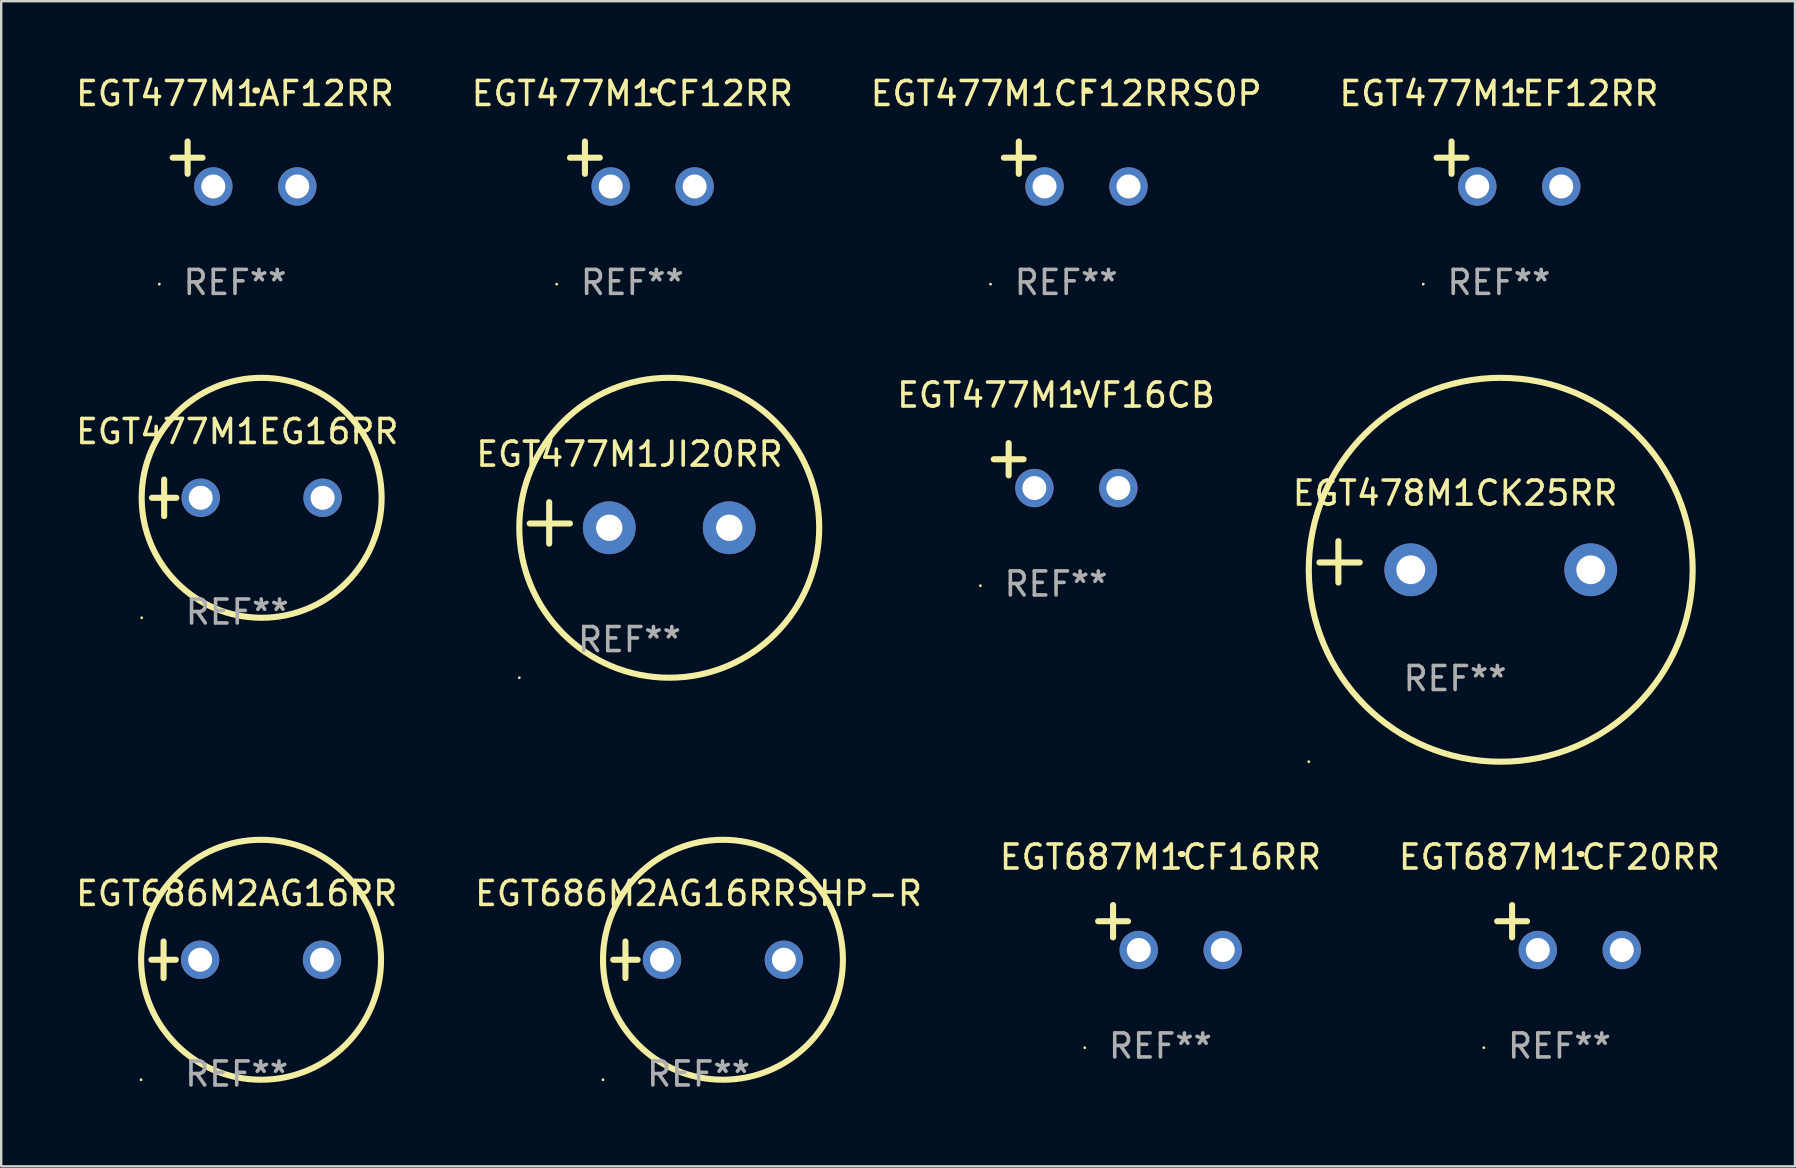
<source format=kicad_pcb>
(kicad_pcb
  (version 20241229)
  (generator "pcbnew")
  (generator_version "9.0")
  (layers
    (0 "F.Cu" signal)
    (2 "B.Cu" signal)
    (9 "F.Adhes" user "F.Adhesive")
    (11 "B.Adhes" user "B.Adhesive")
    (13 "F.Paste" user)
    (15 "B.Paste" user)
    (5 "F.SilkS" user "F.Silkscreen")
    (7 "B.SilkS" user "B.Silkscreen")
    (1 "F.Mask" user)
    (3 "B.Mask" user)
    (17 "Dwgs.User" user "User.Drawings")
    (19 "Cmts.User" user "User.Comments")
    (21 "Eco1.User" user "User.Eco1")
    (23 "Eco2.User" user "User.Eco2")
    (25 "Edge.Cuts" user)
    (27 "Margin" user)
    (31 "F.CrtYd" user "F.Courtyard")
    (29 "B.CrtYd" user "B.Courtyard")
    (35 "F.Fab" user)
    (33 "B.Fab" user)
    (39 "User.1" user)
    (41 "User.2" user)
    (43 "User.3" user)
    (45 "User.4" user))
  (footprint "EGT686M2AG16RR"
    (layer "F.Cu")
    (at 6.815 36.951)
    (property "Reference" "EGT686M2AG16RR" (at 0 -2.762 0) (layer "F.SilkS") (effects (font (size 1 1) (thickness 0.15))))
    (attr through_hole)
    (fp_line (start -3.556 0) (end -2.54 0) (stroke (width 0.254) (type solid)) (layer "F.SilkS"))
    (fp_line (start -3.048 -0.762) (end -3.048 0.762) (stroke (width 0.254) (type solid)) (layer "F.SilkS"))
    (fp_circle (center -3.984 5) (end -3.954 5) (stroke (width 0.06) (type solid)) (fill no) (layer "F.SilkS"))
    (fp_circle (center 1.016 0) (end 6.016 0) (stroke (width 0.254) (type solid)) (fill no) (layer "F.SilkS"))
    (fp_text user "REF**" (at 0 4.762 0) (layer "F.Fab") (effects (font (size 1 1) (thickness 0.15))))
    (pad "1" thru_hole circle (at -1.524 0) (size 1.6 1.6) (drill 1) (layers "*.Cu" "*.Mask"))
    (pad "2" thru_hole circle (at 3.556 0) (size 1.6 1.6) (drill 1) (layers "*.Cu" "*.Mask")))
  (footprint "EGT477M1CF12RR"
    (layer "F.Cu")
    (at 23.304 3.785)
    (property "Reference" "EGT477M1CF12RR" (at 0 -2.937 0) (layer "F.SilkS") (effects (font (size 1 1) (thickness 0.15))))
    (attr through_hole)
    (fp_line (start -1.975 0.41) (end -1.975 -0.937) (stroke (width 0.254) (type solid)) (layer "F.SilkS"))
    (fp_line (start -1.353 -0.263) (end -2.597 -0.263) (stroke (width 0.254) (type solid)) (layer "F.SilkS"))
    (fp_arc (start 0.849809 -3.063957) (mid 0.885369 -3.064114) (end 0.920929 -3.063957) (stroke (width 0.254001) (type solid)) (layer "F.SilkS"))
    (fp_circle (center -3.154 5.008) (end -3.124 5.008) (stroke (width 0.06) (type solid)) (fill no) (layer "F.SilkS"))
    (fp_text user "REF**" (at 0 4.937 0) (layer "F.Fab") (effects (font (size 1 1) (thickness 0.15))))
    (pad "1" thru_hole circle (at -0.903 0.937) (size 1.6 1.6) (drill 1) (layers "*.Cu" "*.Mask"))
    (pad "2" thru_hole circle (at 2.597 0.937) (size 1.6 1.6) (drill 1) (layers "*.Cu" "*.Mask")))
  (footprint "EGT477M1JI20RR"
    (layer "F.Cu")
    (at 23.185 18.743)
    (property "Reference" "EGT477M1JI20RR" (at 0 -2.864 0) (layer "F.SilkS") (effects (font (size 1 1) (thickness 0.15))))
    (attr through_hole)
    (fp_line (start -3.346 0.864) (end -3.346 -0.864) (stroke (width 0.254) (type solid)) (layer "F.SilkS"))
    (fp_line (start -2.482 0.025) (end -4.158 0.025) (stroke (width 0.254) (type solid)) (layer "F.SilkS"))
    (fp_circle (center -4.592 6.453) (end -4.562 6.453) (stroke (width 0.06) (type solid)) (fill no) (layer "F.SilkS"))
    (fp_circle (center 1.658 0.203) (end 7.908 0.203) (stroke (width 0.254) (type solid)) (fill no) (layer "F.SilkS"))
    (fp_text user "REF**" (at 0 4.864 0) (layer "F.Fab") (effects (font (size 1 1) (thickness 0.15))))
    (pad "1" thru_hole circle (at -0.842 0.203) (size 2.2 2.2) (drill 1.1) (layers "*.Cu" "*.Mask"))
    (pad "2" thru_hole circle (at 4.158 0.203) (size 2.2 2.2) (drill 1.1) (layers "*.Cu" "*.Mask")))
  (footprint "EGT477M1EF12RR"
    (layer "F.Cu")
    (at 59.423 3.785)
    (property "Reference" "EGT477M1EF12RR" (at 0 -2.937 0) (layer "F.SilkS") (effects (font (size 1 1) (thickness 0.15))))
    (attr through_hole)
    (fp_line (start -1.975 0.41) (end -1.975 -0.937) (stroke (width 0.254) (type solid)) (layer "F.SilkS"))
    (fp_line (start -1.353 -0.263) (end -2.597 -0.263) (stroke (width 0.254) (type solid)) (layer "F.SilkS"))
    (fp_arc (start 0.849809 -3.063957) (mid 0.885369 -3.064114) (end 0.920929 -3.063957) (stroke (width 0.254001) (type solid)) (layer "F.SilkS"))
    (fp_circle (center -3.154 5.008) (end -3.124 5.008) (stroke (width 0.06) (type solid)) (fill no) (layer "F.SilkS"))
    (fp_text user "REF**" (at 0 4.937 0) (layer "F.Fab") (effects (font (size 1 1) (thickness 0.15))))
    (pad "1" thru_hole circle (at -0.903 0.937) (size 1.6 1.6) (drill 1) (layers "*.Cu" "*.Mask"))
    (pad "2" thru_hole circle (at 2.597 0.937) (size 1.6 1.6) (drill 1) (layers "*.Cu" "*.Mask")))
  (footprint "EGT478M1CK25RR"
    (layer "F.Cu")
    (at 57.595 20.367)
    (property "Reference" "EGT478M1CK25RR" (at 0 -2.864 0) (layer "F.SilkS") (effects (font (size 1 1) (thickness 0.15))))
    (attr through_hole)
    (fp_line (start -4.864 0.864) (end -4.864 -0.864) (stroke (width 0.254) (type solid)) (layer "F.SilkS"))
    (fp_line (start -3.975 0.025) (end -5.652 0.025) (stroke (width 0.254) (type solid)) (layer "F.SilkS"))
    (fp_circle (center -6.098 8.33) (end -6.068 8.33) (stroke (width 0.06) (type solid)) (fill no) (layer "F.SilkS"))
    (fp_circle (center 1.902 0.33) (end 9.902 0.33) (stroke (width 0.254) (type solid)) (fill no) (layer "F.SilkS"))
    (fp_text user "REF**" (at 0 4.864 0) (layer "F.Fab") (effects (font (size 1 1) (thickness 0.15))))
    (pad "1" thru_hole circle (at -1.848 0.33) (size 2.2 2.2) (drill 1.2) (layers "*.Cu" "*.Mask"))
    (pad "2" thru_hole circle (at 5.652 0.33) (size 2.2 2.2) (drill 1.2) (layers "*.Cu" "*.Mask")))
  (footprint "EGT686M2AG16RRSHP-R"
    (layer "F.Cu")
    (at 26.065 36.951)
    (property "Reference" "EGT686M2AG16RRSHP-R" (at 0 -2.762 0) (layer "F.SilkS") (effects (font (size 1 1) (thickness 0.15))))
    (attr through_hole)
    (fp_line (start -3.556 0) (end -2.54 0) (stroke (width 0.254) (type solid)) (layer "F.SilkS"))
    (fp_line (start -3.048 -0.762) (end -3.048 0.762) (stroke (width 0.254) (type solid)) (layer "F.SilkS"))
    (fp_circle (center -3.984 5) (end -3.954 5) (stroke (width 0.06) (type solid)) (fill no) (layer "F.SilkS"))
    (fp_circle (center 1.016 0) (end 6.016 0) (stroke (width 0.254) (type solid)) (fill no) (layer "F.SilkS"))
    (fp_text user "REF**" (at 0 4.762 0) (layer "F.Fab") (effects (font (size 1 1) (thickness 0.15))))
    (pad "1" thru_hole circle (at -1.524 0) (size 1.6 1.6) (drill 1) (layers "*.Cu" "*.Mask"))
    (pad "2" thru_hole circle (at 3.556 0) (size 1.6 1.6) (drill 1) (layers "*.Cu" "*.Mask")))
  (footprint "EGT687M1CF16RR"
    (layer "F.Cu")
    (at 45.315 35.608)
    (property "Reference" "EGT687M1CF16RR" (at 0 -2.937 0) (layer "F.SilkS") (effects (font (size 1 1) (thickness 0.15))))
    (attr through_hole)
    (fp_line (start -1.975 0.41) (end -1.975 -0.937) (stroke (width 0.254) (type solid)) (layer "F.SilkS"))
    (fp_line (start -1.353 -0.263) (end -2.597 -0.263) (stroke (width 0.254) (type solid)) (layer "F.SilkS"))
    (fp_arc (start 0.849809 -3.063957) (mid 0.885369 -3.064114) (end 0.920929 -3.063957) (stroke (width 0.254001) (type solid)) (layer "F.SilkS"))
    (fp_circle (center -3.154 5.008) (end -3.124 5.008) (stroke (width 0.06) (type solid)) (fill no) (layer "F.SilkS"))
    (fp_text user "REF**" (at 0 4.937 0) (layer "F.Fab") (effects (font (size 1 1) (thickness 0.15))))
    (pad "1" thru_hole circle (at -0.903 0.937) (size 1.6 1.6) (drill 1) (layers "*.Cu" "*.Mask"))
    (pad "2" thru_hole circle (at 2.597 0.937) (size 1.6 1.6) (drill 1) (layers "*.Cu" "*.Mask")))
  (footprint "EGT477M1VF16CB"
    (layer "F.Cu")
    (at 40.964 16.354)
    (property "Reference" "EGT477M1VF16CB" (at 0 -2.937 0) (layer "F.SilkS") (effects (font (size 1 1) (thickness 0.15))))
    (attr through_hole)
    (fp_line (start -1.975 0.41) (end -1.975 -0.937) (stroke (width 0.254) (type solid)) (layer "F.SilkS"))
    (fp_line (start -1.353 -0.263) (end -2.597 -0.263) (stroke (width 0.254) (type solid)) (layer "F.SilkS"))
    (fp_arc (start 0.849809 -3.063957) (mid 0.885369 -3.064114) (end 0.920929 -3.063957) (stroke (width 0.254001) (type solid)) (layer "F.SilkS"))
    (fp_circle (center -3.154 5.008) (end -3.124 5.008) (stroke (width 0.06) (type solid)) (fill no) (layer "F.SilkS"))
    (fp_text user "REF**" (at 0 4.937 0) (layer "F.Fab") (effects (font (size 1 1) (thickness 0.15))))
    (pad "1" thru_hole circle (at -0.903 0.937) (size 1.6 1.6) (drill 1) (layers "*.Cu" "*.Mask"))
    (pad "2" thru_hole circle (at 2.597 0.937) (size 1.6 1.6) (drill 1) (layers "*.Cu" "*.Mask")))
  (footprint "EGT477M1EG16RR"
    (layer "F.Cu")
    (at 6.839 17.697)
    (property "Reference" "EGT477M1EG16RR" (at 0 -2.762 0) (layer "F.SilkS") (effects (font (size 1 1) (thickness 0.15))))
    (attr through_hole)
    (fp_line (start -3.556 0) (end -2.54 0) (stroke (width 0.254) (type solid)) (layer "F.SilkS"))
    (fp_line (start -3.048 -0.762) (end -3.048 0.762) (stroke (width 0.254) (type solid)) (layer "F.SilkS"))
    (fp_circle (center -3.984 5) (end -3.954 5) (stroke (width 0.06) (type solid)) (fill no) (layer "F.SilkS"))
    (fp_circle (center 1.016 0) (end 6.016 0) (stroke (width 0.254) (type solid)) (fill no) (layer "F.SilkS"))
    (fp_text user "REF**" (at 0 4.762 0) (layer "F.Fab") (effects (font (size 1 1) (thickness 0.15))))
    (pad "1" thru_hole circle (at -1.524 0) (size 1.6 1.6) (drill 1) (layers "*.Cu" "*.Mask"))
    (pad "2" thru_hole circle (at 3.556 0) (size 1.6 1.6) (drill 1) (layers "*.Cu" "*.Mask")))
  (footprint "EGT477M1CF12RRS0P"
    (layer "F.Cu")
    (at 41.387 3.785)
    (property "Reference" "EGT477M1CF12RRS0P" (at 0 -2.937 0) (layer "F.SilkS") (effects (font (size 1 1) (thickness 0.15))))
    (attr through_hole)
    (fp_line (start -1.975 0.41) (end -1.975 -0.937) (stroke (width 0.254) (type solid)) (layer "F.SilkS"))
    (fp_line (start -1.353 -0.263) (end -2.597 -0.263) (stroke (width 0.254) (type solid)) (layer "F.SilkS"))
    (fp_arc (start 0.849809 -3.063957) (mid 0.885369 -3.064114) (end 0.920929 -3.063957) (stroke (width 0.254001) (type solid)) (layer "F.SilkS"))
    (fp_circle (center -3.154 5.008) (end -3.124 5.008) (stroke (width 0.06) (type solid)) (fill no) (layer "F.SilkS"))
    (fp_text user "REF**" (at 0 4.937 0) (layer "F.Fab") (effects (font (size 1 1) (thickness 0.15))))
    (pad "1" thru_hole circle (at -0.903 0.937) (size 1.6 1.6) (drill 1) (layers "*.Cu" "*.Mask"))
    (pad "2" thru_hole circle (at 2.597 0.937) (size 1.6 1.6) (drill 1) (layers "*.Cu" "*.Mask")))
  (footprint "EGT477M1AF12RR"
    (layer "F.Cu")
    (at 6.744 3.785)
    (property "Reference" "EGT477M1AF12RR" (at 0 -2.937 0) (layer "F.SilkS") (effects (font (size 1 1) (thickness 0.15))))
    (attr through_hole)
    (fp_line (start -1.975 0.41) (end -1.975 -0.937) (stroke (width 0.254) (type solid)) (layer "F.SilkS"))
    (fp_line (start -1.353 -0.263) (end -2.597 -0.263) (stroke (width 0.254) (type solid)) (layer "F.SilkS"))
    (fp_arc (start 0.849809 -3.063957) (mid 0.885369 -3.064114) (end 0.920929 -3.063957) (stroke (width 0.254001) (type solid)) (layer "F.SilkS"))
    (fp_circle (center -3.154 5.008) (end -3.124 5.008) (stroke (width 0.06) (type solid)) (fill no) (layer "F.SilkS"))
    (fp_text user "REF**" (at 0 4.937 0) (layer "F.Fab") (effects (font (size 1 1) (thickness 0.15))))
    (pad "1" thru_hole circle (at -0.903 0.937) (size 1.6 1.6) (drill 1) (layers "*.Cu" "*.Mask"))
    (pad "2" thru_hole circle (at 2.597 0.937) (size 1.6 1.6) (drill 1) (layers "*.Cu" "*.Mask")))
  (footprint "EGT687M1CF20RR"
    (layer "F.Cu")
    (at 61.946 35.608)
    (property "Reference" "EGT687M1CF20RR" (at 0 -2.937 0) (layer "F.SilkS") (effects (font (size 1 1) (thickness 0.15))))
    (attr through_hole)
    (fp_line (start -1.975 0.41) (end -1.975 -0.937) (stroke (width 0.254) (type solid)) (layer "F.SilkS"))
    (fp_line (start -1.353 -0.263) (end -2.597 -0.263) (stroke (width 0.254) (type solid)) (layer "F.SilkS"))
    (fp_arc (start 0.849809 -3.063957) (mid 0.885369 -3.064114) (end 0.920929 -3.063957) (stroke (width 0.254001) (type solid)) (layer "F.SilkS"))
    (fp_circle (center -3.154 5.008) (end -3.124 5.008) (stroke (width 0.06) (type solid)) (fill no) (layer "F.SilkS"))
    (fp_text user "REF**" (at 0 4.937 0) (layer "F.Fab") (effects (font (size 1 1) (thickness 0.15))))
    (pad "1" thru_hole circle (at -0.903 0.937) (size 1.6 1.6) (drill 1) (layers "*.Cu" "*.Mask"))
    (pad "2" thru_hole circle (at 2.597 0.937) (size 1.6 1.6) (drill 1) (layers "*.Cu" "*.Mask")))
  (gr_rect
    (start -3 -3)
    (end 71.762 45.561)
    (stroke (width 0.1) (type default))
    (fill no)
    (layer "Edge.Cuts")))
</source>
